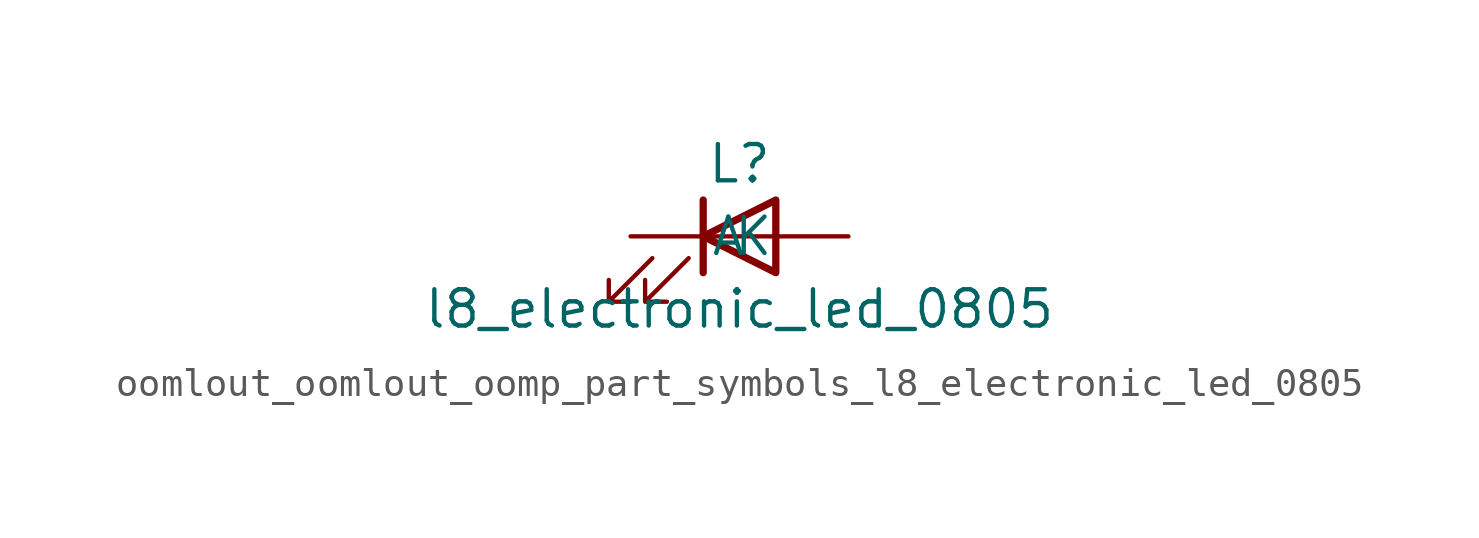
<source format=kicad_sym>
(kicad_symbol_lib
  (version 20220914)
  (generator kicad_symbol_editor)
  (symbol "oomlout_oomlout_oomp_part_symbols_l8_electronic_led_0805"
    (pin_numbers hide)
    (pin_names
      (offset 1.016))
    (property "Reference" "L"
      (at 0 2.54 0)
      (effects (font (size 1.27 1.27))))
    (property "Value" "l8_electronic_led_0805"
      (at 0 -2.54 0)
      (effects (font (size 1.27 1.27))))
    (symbol "oomlout_oomlout_oomp_part_symbols_l8_electronic_led_0805_0_1"
      (polyline (pts (xy -1.27 -1.27) (xy -1.27 1.27)) (stroke (width 0.254) (type default)) (fill (type none)))
      (polyline (pts (xy -1.27 0) (xy 1.27 0)) (stroke (width 0) (type default)) (fill (type none)))
      (polyline (pts (xy 1.27 -1.27) (xy 1.27 1.27) (xy -1.27 0) (xy 1.27 -1.27)) (stroke (width 0.254) (type default)) (fill (type none)))
      (polyline (pts (xy -3.048 -0.762) (xy -4.572 -2.286) (xy -3.81 -2.286) (xy -4.572 -2.286) (xy -4.572 -1.524)) (stroke (width 0) (type default)) (fill (type none)))
      (polyline (pts (xy -1.778 -0.762) (xy -3.302 -2.286) (xy -2.54 -2.286) (xy -3.302 -2.286) (xy -3.302 -1.524)) (stroke (width 0) (type default)) (fill (type none))))
    (symbol "oomlout_oomlout_oomp_part_symbols_l8_electronic_led_0805_1_1"
      (pin passive line (at -3.81 0 0) (length 2.54) (name "K" (effects (font (size 1.27 1.27)))) (number "1" (effects (font (size 1.27 1.27)))))
      (pin passive line (at 3.81 0 180) (length 2.54) (name "A" (effects (font (size 1.27 1.27)))) (number "2" (effects (font (size 1.27 1.27))))))))
</source>
